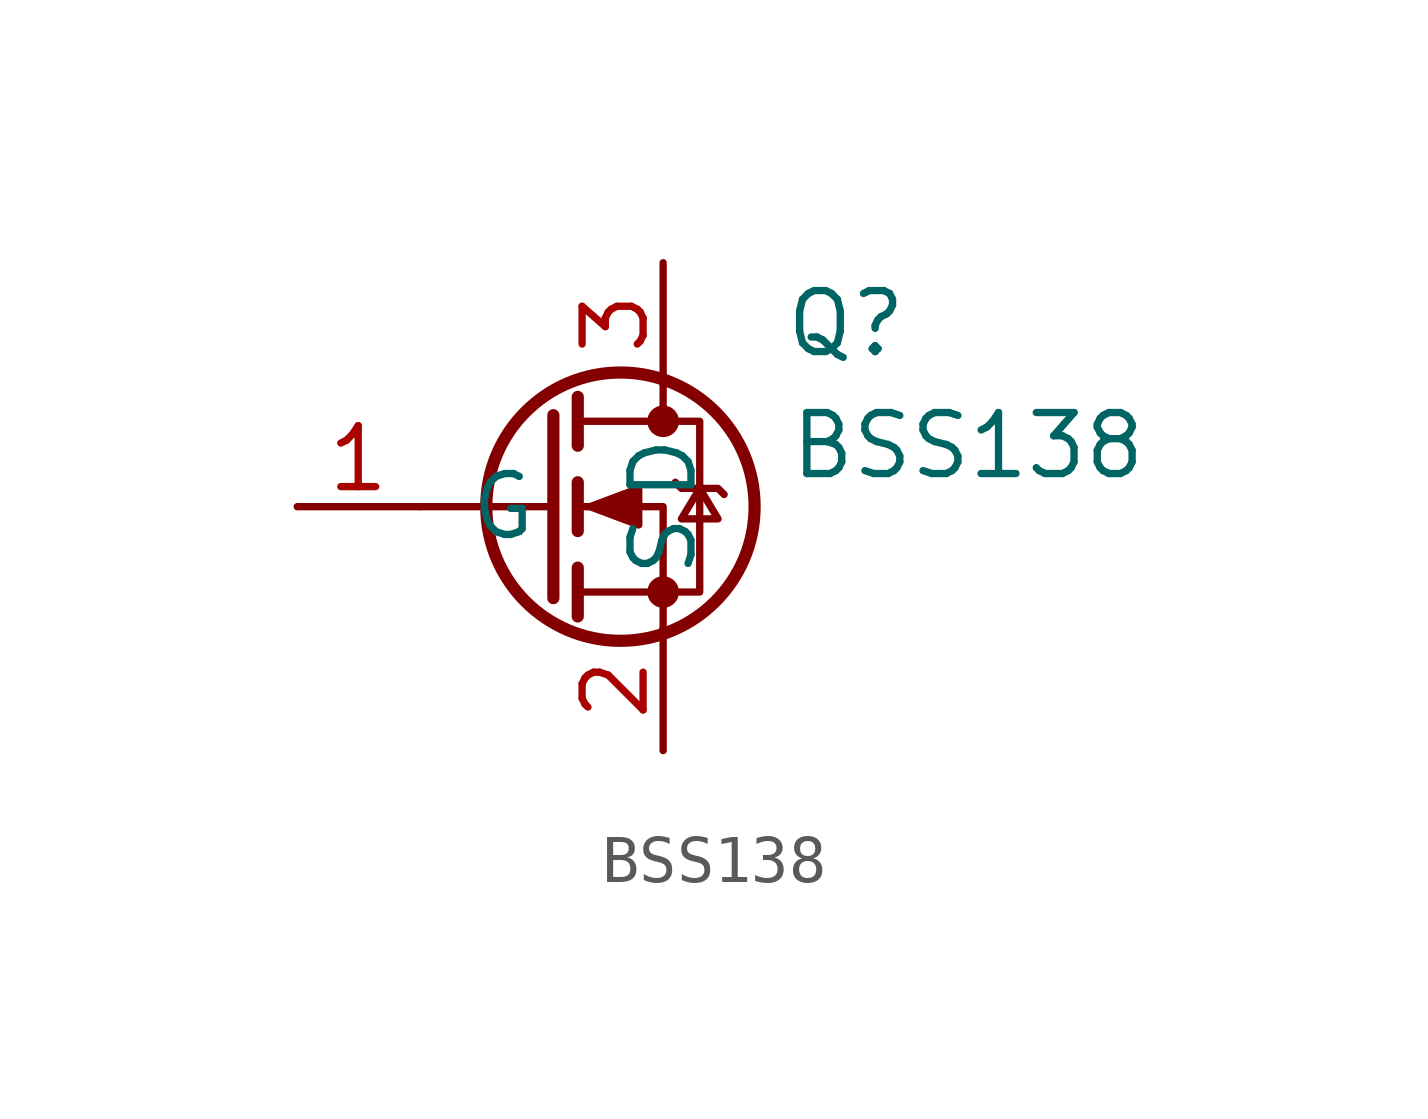
<source format=kicad_sym>
(kicad_symbol_lib
  (version 20211014)
  (generator kicad_symbol_editor)
  (symbol "BSS138"
    (pin_names
      (offset 1.016))
    (property "Reference" "Q"
      (at 5.08 3.81 0)
      (effects (font (size 1.27 1.27))))
    (property "Value" "BSS138"
      (at 7.62 1.27 0)
      (effects (font (size 1.27 1.27))))
    (symbol "BSS138_1_1"
      (polyline (pts (xy -1.016 0) (xy -3.81 0)) (stroke (width 0) (type default) (color 0 0 0 0)) (fill (type none)))
      (polyline (pts (xy -1.016 1.905) (xy -1.016 -1.905)) (stroke (width 0.254) (type default) (color 0 0 0 0)) (fill (type none)))
      (polyline (pts (xy -0.508 -1.27) (xy -0.508 -2.286)) (stroke (width 0.254) (type default) (color 0 0 0 0)) (fill (type none)))
      (polyline (pts (xy -0.508 0.508) (xy -0.508 -0.508)) (stroke (width 0.254) (type default) (color 0 0 0 0)) (fill (type none)))
      (polyline (pts (xy -0.508 2.286) (xy -0.508 1.27)) (stroke (width 0.254) (type default) (color 0 0 0 0)) (fill (type none)))
      (polyline (pts (xy 1.27 2.54) (xy 1.27 1.778)) (stroke (width 0) (type default) (color 0 0 0 0)) (fill (type none)))
      (polyline (pts (xy 1.27 -2.54) (xy 1.27 0) (xy -0.508 0)) (stroke (width 0) (type default) (color 0 0 0 0)) (fill (type none)))
      (polyline (pts (xy -0.508 -1.778) (xy 2.032 -1.778) (xy 2.032 1.778) (xy -0.508 1.778)) (stroke (width 0) (type default) (color 0 0 0 0)) (fill (type none)))
      (polyline (pts (xy -0.254 0) (xy 0.762 0.381) (xy 0.762 -0.381) (xy -0.254 0)) (stroke (width 0) (type default) (color 0 0 0 0)) (fill (type outline)))
      (polyline (pts (xy 1.524 0.508) (xy 1.651 0.381) (xy 2.413 0.381) (xy 2.54 0.254)) (stroke (width 0) (type default) (color 0 0 0 0)) (fill (type none)))
      (polyline (pts (xy 2.032 0.381) (xy 1.651 -0.254) (xy 2.413 -0.254) (xy 2.032 0.381)) (stroke (width 0) (type default) (color 0 0 0 0)) (fill (type none)))
      (circle (center 0.381 0) (radius 2.794) (stroke (width 0.254) (type default) (color 0 0 0 0)) (fill (type none)))
      (circle (center 1.27 -1.778) (radius 0.254) (stroke (width 0) (type default) (color 0 0 0 0)) (fill (type outline)))
      (circle (center 1.27 1.778) (radius 0.254) (stroke (width 0) (type default) (color 0 0 0 0)) (fill (type outline)))
      (pin input line (at -6.35 0 0) (length 2.54) (name "G" (effects (font (size 1.27 1.27)))) (number "1" (effects (font (size 1.27 1.27)))))
      (pin passive line (at 1.27 -5.08 90) (length 2.54) (name "S" (effects (font (size 1.27 1.27)))) (number "2" (effects (font (size 1.27 1.27)))))
      (pin passive line (at 1.27 5.08 270) (length 2.54) (name "D" (effects (font (size 1.27 1.27)))) (number "3" (effects (font (size 1.27 1.27))))))))
</source>
